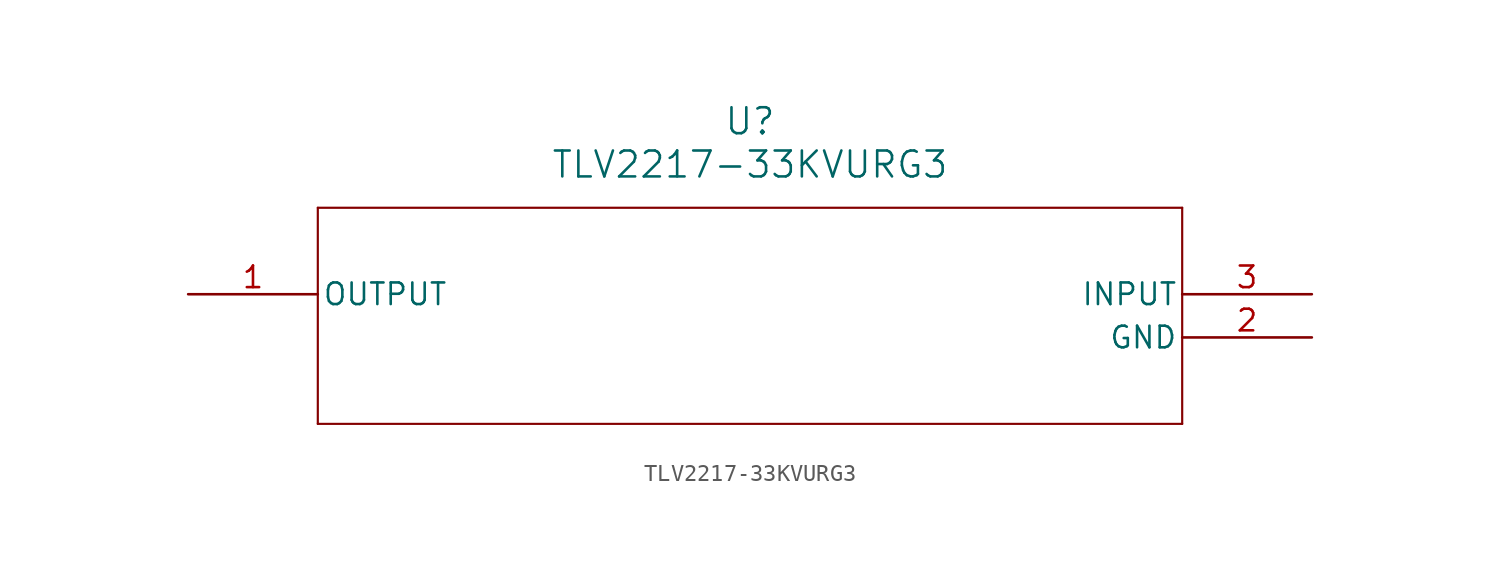
<source format=kicad_sym>
(kicad_symbol_lib
  (version 20211014)
  (generator kicad_symbol_editor)
  (symbol "TLV2217-33KVURG3"
    (pin_names
      (offset 0.254))
    (property "Reference" "U"
      (at 33.02 10.16 0)
      (effects (font (size 1.524 1.524))))
    (property "Value" "TLV2217-33KVURG3"
      (at 33.02 7.62 0)
      (effects (font (size 1.524 1.524))))
    (symbol "TLV2217-33KVURG3_0_1"
      (polyline (pts (xy 7.62 5.08) (xy 7.62 -7.62)) (stroke (width 0.127) (type default) (color 0 0 0 0)) (fill (type none)))
      (polyline (pts (xy 7.62 -7.62) (xy 58.42 -7.62)) (stroke (width 0.127) (type default) (color 0 0 0 0)) (fill (type none)))
      (polyline (pts (xy 58.42 -7.62) (xy 58.42 5.08)) (stroke (width 0.127) (type default) (color 0 0 0 0)) (fill (type none)))
      (polyline (pts (xy 58.42 5.08) (xy 7.62 5.08)) (stroke (width 0.127) (type default) (color 0 0 0 0)) (fill (type none)))
      (pin output line (at 0 0 0) (length 7.62) (name "OUTPUT" (effects (font (size 1.27 1.27)))) (number "1" (effects (font (size 1.27 1.27)))))
      (pin power_in line (at 66.04 -2.54 180) (length 7.62) (name "GND" (effects (font (size 1.27 1.27)))) (number "2" (effects (font (size 1.27 1.27)))))
      (pin input line (at 66.04 0 180) (length 7.62) (name "INPUT" (effects (font (size 1.27 1.27)))) (number "3" (effects (font (size 1.27 1.27))))))))
</source>
